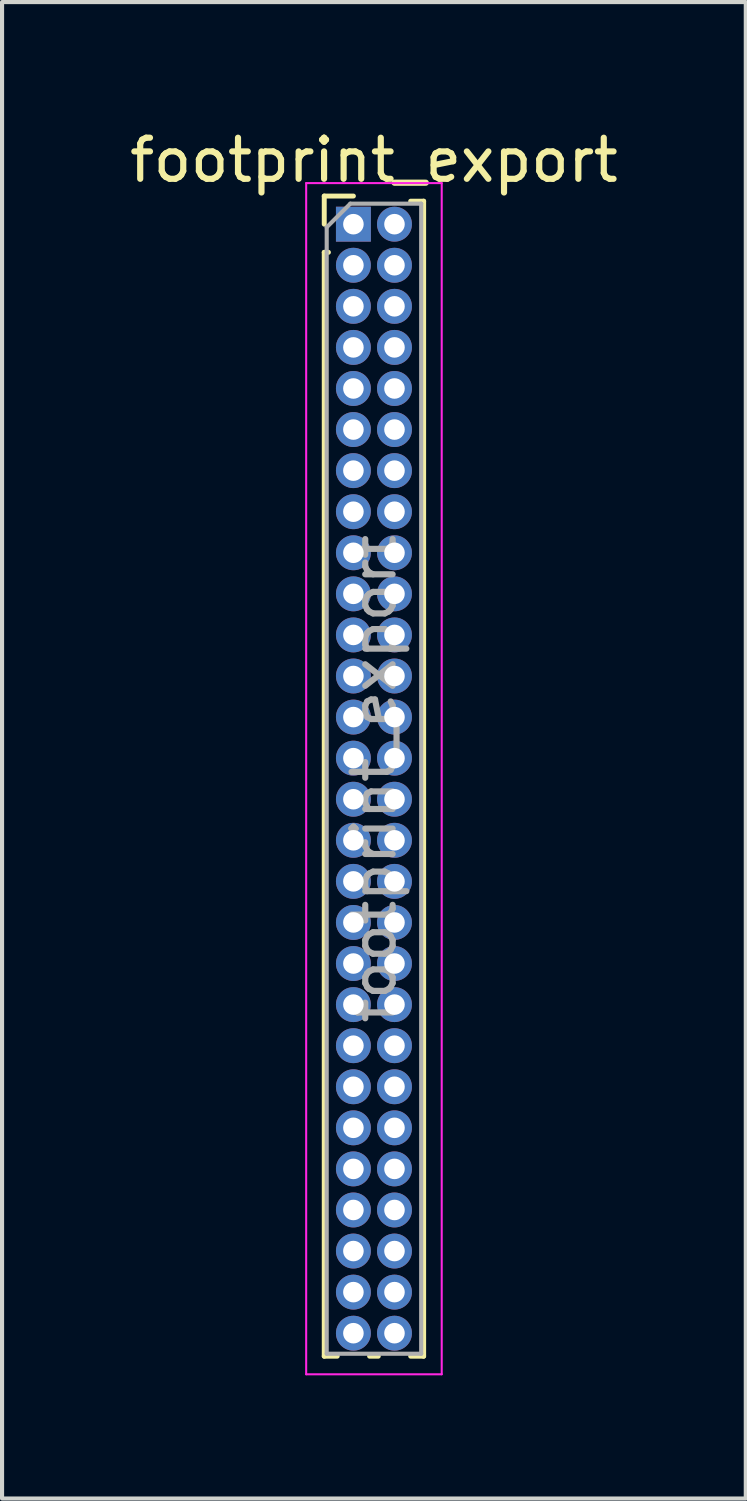
<source format=kicad_pcb>
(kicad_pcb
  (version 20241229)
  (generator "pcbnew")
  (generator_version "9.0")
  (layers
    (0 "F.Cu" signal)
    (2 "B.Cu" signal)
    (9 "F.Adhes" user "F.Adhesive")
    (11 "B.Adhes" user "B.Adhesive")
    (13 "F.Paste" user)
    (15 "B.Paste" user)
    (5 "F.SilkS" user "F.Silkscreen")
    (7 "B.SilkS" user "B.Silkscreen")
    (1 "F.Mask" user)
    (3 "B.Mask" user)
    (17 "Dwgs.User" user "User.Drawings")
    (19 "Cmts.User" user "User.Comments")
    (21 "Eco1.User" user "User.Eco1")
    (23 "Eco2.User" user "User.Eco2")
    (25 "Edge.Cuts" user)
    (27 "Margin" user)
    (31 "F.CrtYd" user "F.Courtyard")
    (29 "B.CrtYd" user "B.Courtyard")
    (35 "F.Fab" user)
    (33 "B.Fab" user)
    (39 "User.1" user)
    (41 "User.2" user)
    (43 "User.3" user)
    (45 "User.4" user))
  (footprint "footprint_export"
    (layer "F.Cu")
    (at 5.554 2.408)
    (property "Reference" "footprint_export" (at 0.5 -1.56 0) (layer "F.SilkS") (effects (font (size 1 1) (thickness 0.15))))
    (attr through_hole)
    (fp_line (start -0.71 -0.685) (end 0 -0.685) (stroke (width 0.12) (type solid)) (layer "F.SilkS"))
    (fp_line (start -0.71 0) (end -0.71 -0.685) (stroke (width 0.12) (type solid)) (layer "F.SilkS"))
    (fp_line (start -0.71 0.685) (end -0.71 27.56) (stroke (width 0.12) (type solid)) (layer "F.SilkS"))
    (fp_line (start -0.71 0.685) (end -0.608 0.685) (stroke (width 0.12) (type solid)) (layer "F.SilkS"))
    (fp_line (start -0.71 27.56) (end -0.394 27.56) (stroke (width 0.12) (type solid)) (layer "F.SilkS"))
    (fp_line (start 0.394 27.56) (end 0.606 27.56) (stroke (width 0.12) (type solid)) (layer "F.SilkS"))
    (fp_line (start 1.394 -0.56) (end 1.71 -0.56) (stroke (width 0.12) (type solid)) (layer "F.SilkS"))
    (fp_line (start 1.394 27.56) (end 1.71 27.56) (stroke (width 0.12) (type solid)) (layer "F.SilkS"))
    (fp_line (start 1.71 -0.56) (end 1.71 27.56) (stroke (width 0.12) (type solid)) (layer "F.SilkS"))
    (fp_line (start -1.15 -1) (end -1.15 28) (stroke (width 0.05) (type solid)) (layer "F.CrtYd"))
    (fp_line (start -1.15 28) (end 2.15 28) (stroke (width 0.05) (type solid)) (layer "F.CrtYd"))
    (fp_line (start 2.15 -1) (end -1.15 -1) (stroke (width 0.05) (type solid)) (layer "F.CrtYd"))
    (fp_line (start 2.15 28) (end 2.15 -1) (stroke (width 0.05) (type solid)) (layer "F.CrtYd"))
    (fp_line (start -0.65 0.075) (end -0.075 -0.5) (stroke (width 0.1) (type solid)) (layer "F.Fab"))
    (fp_line (start -0.65 27.5) (end -0.65 0.075) (stroke (width 0.1) (type solid)) (layer "F.Fab"))
    (fp_line (start -0.075 -0.5) (end 1.65 -0.5) (stroke (width 0.1) (type solid)) (layer "F.Fab"))
    (fp_line (start 1.65 -0.5) (end 1.65 27.5) (stroke (width 0.1) (type solid)) (layer "F.Fab"))
    (fp_line (start 1.65 27.5) (end -0.65 27.5) (stroke (width 0.1) (type solid)) (layer "F.Fab"))
    (fp_text user "${REFERENCE}" (at 0.5 13.5 90) (layer "F.Fab") (effects (font (size 1 1) (thickness 0.15))))
    (pad "1" thru_hole rect (at 0 0) (size 0.85 0.85) (drill 0.5) (layers "*.Cu" "*.Mask"))
    (pad "2" thru_hole oval (at 1 0) (size 0.85 0.85) (drill 0.5) (layers "*.Cu" "*.Mask"))
    (pad "3" thru_hole oval (at 0 1) (size 0.85 0.85) (drill 0.5) (layers "*.Cu" "*.Mask"))
    (pad "4" thru_hole oval (at 1 1) (size 0.85 0.85) (drill 0.5) (layers "*.Cu" "*.Mask"))
    (pad "5" thru_hole oval (at 0 2) (size 0.85 0.85) (drill 0.5) (layers "*.Cu" "*.Mask"))
    (pad "6" thru_hole oval (at 1 2) (size 0.85 0.85) (drill 0.5) (layers "*.Cu" "*.Mask"))
    (pad "7" thru_hole oval (at 0 3) (size 0.85 0.85) (drill 0.5) (layers "*.Cu" "*.Mask"))
    (pad "8" thru_hole oval (at 1 3) (size 0.85 0.85) (drill 0.5) (layers "*.Cu" "*.Mask"))
    (pad "9" thru_hole oval (at 0 4) (size 0.85 0.85) (drill 0.5) (layers "*.Cu" "*.Mask"))
    (pad "10" thru_hole oval (at 1 4) (size 0.85 0.85) (drill 0.5) (layers "*.Cu" "*.Mask"))
    (pad "11" thru_hole oval (at 0 5) (size 0.85 0.85) (drill 0.5) (layers "*.Cu" "*.Mask"))
    (pad "12" thru_hole oval (at 1 5) (size 0.85 0.85) (drill 0.5) (layers "*.Cu" "*.Mask"))
    (pad "13" thru_hole oval (at 0 6) (size 0.85 0.85) (drill 0.5) (layers "*.Cu" "*.Mask"))
    (pad "14" thru_hole oval (at 1 6) (size 0.85 0.85) (drill 0.5) (layers "*.Cu" "*.Mask"))
    (pad "15" thru_hole oval (at 0 7) (size 0.85 0.85) (drill 0.5) (layers "*.Cu" "*.Mask"))
    (pad "16" thru_hole oval (at 1 7) (size 0.85 0.85) (drill 0.5) (layers "*.Cu" "*.Mask"))
    (pad "17" thru_hole oval (at 0 8) (size 0.85 0.85) (drill 0.5) (layers "*.Cu" "*.Mask"))
    (pad "18" thru_hole oval (at 1 8) (size 0.85 0.85) (drill 0.5) (layers "*.Cu" "*.Mask"))
    (pad "19" thru_hole oval (at 0 9) (size 0.85 0.85) (drill 0.5) (layers "*.Cu" "*.Mask"))
    (pad "20" thru_hole oval (at 1 9) (size 0.85 0.85) (drill 0.5) (layers "*.Cu" "*.Mask"))
    (pad "21" thru_hole oval (at 0 10) (size 0.85 0.85) (drill 0.5) (layers "*.Cu" "*.Mask"))
    (pad "22" thru_hole oval (at 1 10) (size 0.85 0.85) (drill 0.5) (layers "*.Cu" "*.Mask"))
    (pad "23" thru_hole oval (at 0 11) (size 0.85 0.85) (drill 0.5) (layers "*.Cu" "*.Mask"))
    (pad "24" thru_hole oval (at 1 11) (size 0.85 0.85) (drill 0.5) (layers "*.Cu" "*.Mask"))
    (pad "25" thru_hole oval (at 0 12) (size 0.85 0.85) (drill 0.5) (layers "*.Cu" "*.Mask"))
    (pad "26" thru_hole oval (at 1 12) (size 0.85 0.85) (drill 0.5) (layers "*.Cu" "*.Mask"))
    (pad "27" thru_hole oval (at 0 13) (size 0.85 0.85) (drill 0.5) (layers "*.Cu" "*.Mask"))
    (pad "28" thru_hole oval (at 1 13) (size 0.85 0.85) (drill 0.5) (layers "*.Cu" "*.Mask"))
    (pad "29" thru_hole oval (at 0 14) (size 0.85 0.85) (drill 0.5) (layers "*.Cu" "*.Mask"))
    (pad "30" thru_hole oval (at 1 14) (size 0.85 0.85) (drill 0.5) (layers "*.Cu" "*.Mask"))
    (pad "31" thru_hole oval (at 0 15) (size 0.85 0.85) (drill 0.5) (layers "*.Cu" "*.Mask"))
    (pad "32" thru_hole oval (at 1 15) (size 0.85 0.85) (drill 0.5) (layers "*.Cu" "*.Mask"))
    (pad "33" thru_hole oval (at 0 16) (size 0.85 0.85) (drill 0.5) (layers "*.Cu" "*.Mask"))
    (pad "34" thru_hole oval (at 1 16) (size 0.85 0.85) (drill 0.5) (layers "*.Cu" "*.Mask"))
    (pad "35" thru_hole oval (at 0 17) (size 0.85 0.85) (drill 0.5) (layers "*.Cu" "*.Mask"))
    (pad "36" thru_hole oval (at 1 17) (size 0.85 0.85) (drill 0.5) (layers "*.Cu" "*.Mask"))
    (pad "37" thru_hole oval (at 0 18) (size 0.85 0.85) (drill 0.5) (layers "*.Cu" "*.Mask"))
    (pad "38" thru_hole oval (at 1 18) (size 0.85 0.85) (drill 0.5) (layers "*.Cu" "*.Mask"))
    (pad "39" thru_hole oval (at 0 19) (size 0.85 0.85) (drill 0.5) (layers "*.Cu" "*.Mask"))
    (pad "40" thru_hole oval (at 1 19) (size 0.85 0.85) (drill 0.5) (layers "*.Cu" "*.Mask"))
    (pad "41" thru_hole oval (at 0 20) (size 0.85 0.85) (drill 0.5) (layers "*.Cu" "*.Mask"))
    (pad "42" thru_hole oval (at 1 20) (size 0.85 0.85) (drill 0.5) (layers "*.Cu" "*.Mask"))
    (pad "43" thru_hole oval (at 0 21) (size 0.85 0.85) (drill 0.5) (layers "*.Cu" "*.Mask"))
    (pad "44" thru_hole oval (at 1 21) (size 0.85 0.85) (drill 0.5) (layers "*.Cu" "*.Mask"))
    (pad "45" thru_hole oval (at 0 22) (size 0.85 0.85) (drill 0.5) (layers "*.Cu" "*.Mask"))
    (pad "46" thru_hole oval (at 1 22) (size 0.85 0.85) (drill 0.5) (layers "*.Cu" "*.Mask"))
    (pad "47" thru_hole oval (at 0 23) (size 0.85 0.85) (drill 0.5) (layers "*.Cu" "*.Mask"))
    (pad "48" thru_hole oval (at 1 23) (size 0.85 0.85) (drill 0.5) (layers "*.Cu" "*.Mask"))
    (pad "49" thru_hole oval (at 0 24) (size 0.85 0.85) (drill 0.5) (layers "*.Cu" "*.Mask"))
    (pad "50" thru_hole oval (at 1 24) (size 0.85 0.85) (drill 0.5) (layers "*.Cu" "*.Mask"))
    (pad "51" thru_hole oval (at 0 25) (size 0.85 0.85) (drill 0.5) (layers "*.Cu" "*.Mask"))
    (pad "52" thru_hole oval (at 1 25) (size 0.85 0.85) (drill 0.5) (layers "*.Cu" "*.Mask"))
    (pad "53" thru_hole oval (at 0 26) (size 0.85 0.85) (drill 0.5) (layers "*.Cu" "*.Mask"))
    (pad "54" thru_hole oval (at 1 26) (size 0.85 0.85) (drill 0.5) (layers "*.Cu" "*.Mask"))
    (pad "55" thru_hole oval (at 0 27) (size 0.85 0.85) (drill 0.5) (layers "*.Cu" "*.Mask"))
    (pad "56" thru_hole oval (at 1 27) (size 0.85 0.85) (drill 0.5) (layers "*.Cu" "*.Mask")))
  (gr_rect
    (start -3 -3)
    (end 15.107 33.433)
    (stroke (width 0.1) (type default))
    (fill no)
    (layer "Edge.Cuts")))
</source>
